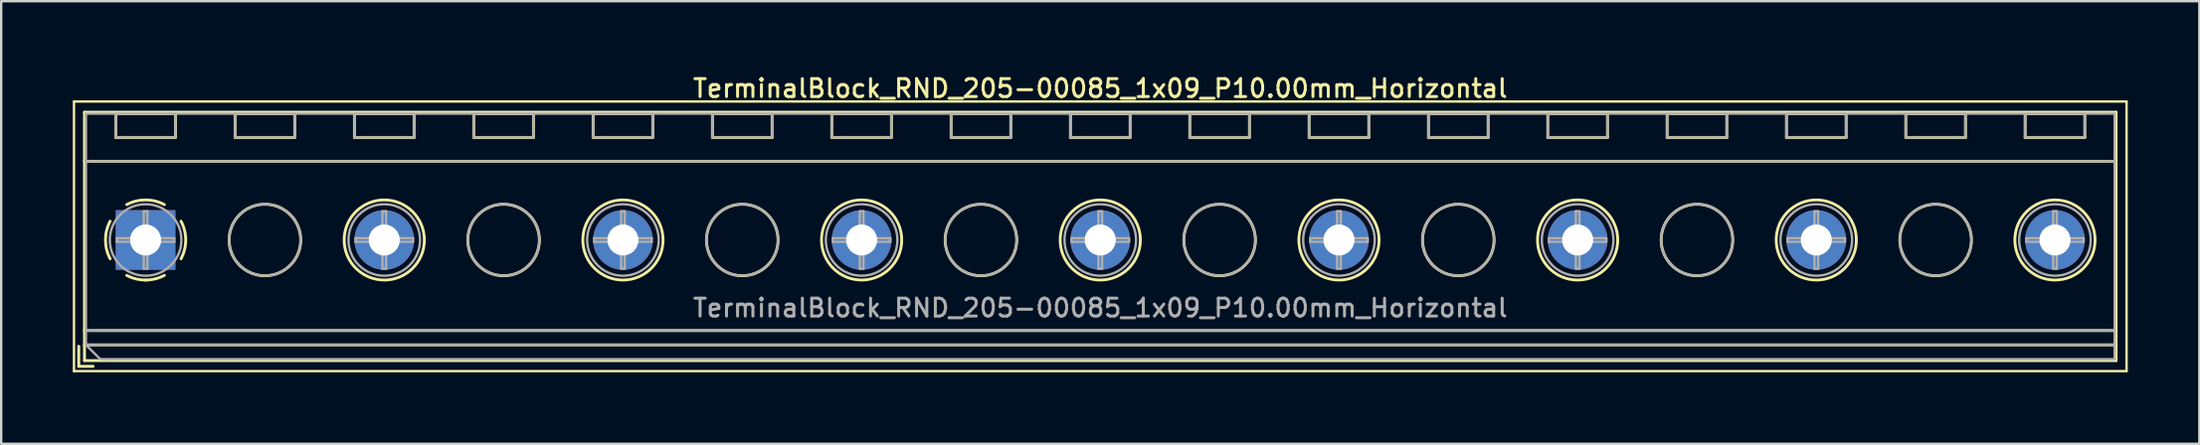
<source format=kicad_pcb>
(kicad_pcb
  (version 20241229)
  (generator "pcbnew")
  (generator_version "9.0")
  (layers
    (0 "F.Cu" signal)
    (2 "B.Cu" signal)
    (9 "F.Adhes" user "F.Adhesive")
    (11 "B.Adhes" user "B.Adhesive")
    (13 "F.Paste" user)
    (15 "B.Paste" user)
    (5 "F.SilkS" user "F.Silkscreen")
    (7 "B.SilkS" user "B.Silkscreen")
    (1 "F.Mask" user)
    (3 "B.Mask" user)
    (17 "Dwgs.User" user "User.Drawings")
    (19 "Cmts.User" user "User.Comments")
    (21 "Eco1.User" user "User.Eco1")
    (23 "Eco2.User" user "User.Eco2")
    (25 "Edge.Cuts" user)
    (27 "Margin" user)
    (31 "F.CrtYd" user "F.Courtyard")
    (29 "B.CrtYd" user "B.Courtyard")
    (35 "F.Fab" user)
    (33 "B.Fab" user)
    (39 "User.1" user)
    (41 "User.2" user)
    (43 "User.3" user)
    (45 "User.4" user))
  (footprint "TerminalBlock_RND_205-00085_1x09_P10.00mm_Horizontal"
    (layer "F.Cu")
    (at 3.05 7.018)
    (property "Reference" "TerminalBlock_RND_205-00085_1x09_P10.00mm_Horizontal" (at 40 -6.36 0) (layer "F.SilkS") (effects (font (size 0.75 0.75) (thickness 0.125))))
    (attr through_hole)
    (fp_line (start -3 -5.81) (end -3 5.5) (stroke (width 0.1) (type solid)) (layer "F.SilkS"))
    (fp_line (start -3 5.5) (end 83 5.5) (stroke (width 0.1) (type solid)) (layer "F.SilkS"))
    (fp_line (start -2.8 4.46) (end -2.8 5.3) (stroke (width 0.12) (type solid)) (layer "F.SilkS"))
    (fp_line (start -2.8 5.3) (end -2.2 5.3) (stroke (width 0.12) (type solid)) (layer "F.SilkS"))
    (fp_line (start -2.56 -5.36) (end -2.56 5.06) (stroke (width 0.12) (type solid)) (layer "F.SilkS"))
    (fp_line (start -2.56 -5.36) (end 82.56 -5.36) (stroke (width 0.12) (type solid)) (layer "F.SilkS"))
    (fp_line (start -2.56 -3.301) (end 82.56 -3.301) (stroke (width 0.12) (type solid)) (layer "F.SilkS"))
    (fp_line (start -2.56 3.8) (end 82.56 3.8) (stroke (width 0.12) (type solid)) (layer "F.SilkS"))
    (fp_line (start -2.56 4.4) (end 82.56 4.4) (stroke (width 0.12) (type solid)) (layer "F.SilkS"))
    (fp_line (start -2.56 5.06) (end 82.56 5.06) (stroke (width 0.12) (type solid)) (layer "F.SilkS"))
    (fp_line (start -1.25 -5.301) (end -1.25 -4.301) (stroke (width 0.12) (type solid)) (layer "F.SilkS"))
    (fp_line (start -1.25 -5.301) (end 1.25 -5.301) (stroke (width 0.12) (type solid)) (layer "F.SilkS"))
    (fp_line (start -1.25 -4.301) (end 1.25 -4.301) (stroke (width 0.12) (type solid)) (layer "F.SilkS"))
    (fp_line (start 1.25 -5.301) (end 1.25 -4.301) (stroke (width 0.12) (type solid)) (layer "F.SilkS"))
    (fp_line (start 3.75 -5.301) (end 3.75 -4.301) (stroke (width 0.12) (type solid)) (layer "F.SilkS"))
    (fp_line (start 3.75 -5.301) (end 6.25 -5.301) (stroke (width 0.12) (type solid)) (layer "F.SilkS"))
    (fp_line (start 3.75 -4.301) (end 6.25 -4.301) (stroke (width 0.12) (type solid)) (layer "F.SilkS"))
    (fp_line (start 6.25 -5.301) (end 6.25 -4.301) (stroke (width 0.12) (type solid)) (layer "F.SilkS"))
    (fp_line (start 8.75 -5.301) (end 8.75 -4.301) (stroke (width 0.12) (type solid)) (layer "F.SilkS"))
    (fp_line (start 8.75 -5.301) (end 11.25 -5.301) (stroke (width 0.12) (type solid)) (layer "F.SilkS"))
    (fp_line (start 8.75 -4.301) (end 11.25 -4.301) (stroke (width 0.12) (type solid)) (layer "F.SilkS"))
    (fp_line (start 11.25 -5.301) (end 11.25 -4.301) (stroke (width 0.12) (type solid)) (layer "F.SilkS"))
    (fp_line (start 13.75 -5.301) (end 13.75 -4.301) (stroke (width 0.12) (type solid)) (layer "F.SilkS"))
    (fp_line (start 13.75 -5.301) (end 16.25 -5.301) (stroke (width 0.12) (type solid)) (layer "F.SilkS"))
    (fp_line (start 13.75 -4.301) (end 16.25 -4.301) (stroke (width 0.12) (type solid)) (layer "F.SilkS"))
    (fp_line (start 16.25 -5.301) (end 16.25 -4.301) (stroke (width 0.12) (type solid)) (layer "F.SilkS"))
    (fp_line (start 18.75 -5.301) (end 18.75 -4.301) (stroke (width 0.12) (type solid)) (layer "F.SilkS"))
    (fp_line (start 18.75 -5.301) (end 21.25 -5.301) (stroke (width 0.12) (type solid)) (layer "F.SilkS"))
    (fp_line (start 18.75 -4.301) (end 21.25 -4.301) (stroke (width 0.12) (type solid)) (layer "F.SilkS"))
    (fp_line (start 21.25 -5.301) (end 21.25 -4.301) (stroke (width 0.12) (type solid)) (layer "F.SilkS"))
    (fp_line (start 23.75 -5.301) (end 23.75 -4.301) (stroke (width 0.12) (type solid)) (layer "F.SilkS"))
    (fp_line (start 23.75 -5.301) (end 26.25 -5.301) (stroke (width 0.12) (type solid)) (layer "F.SilkS"))
    (fp_line (start 23.75 -4.301) (end 26.25 -4.301) (stroke (width 0.12) (type solid)) (layer "F.SilkS"))
    (fp_line (start 26.25 -5.301) (end 26.25 -4.301) (stroke (width 0.12) (type solid)) (layer "F.SilkS"))
    (fp_line (start 28.75 -5.301) (end 28.75 -4.301) (stroke (width 0.12) (type solid)) (layer "F.SilkS"))
    (fp_line (start 28.75 -5.301) (end 31.25 -5.301) (stroke (width 0.12) (type solid)) (layer "F.SilkS"))
    (fp_line (start 28.75 -4.301) (end 31.25 -4.301) (stroke (width 0.12) (type solid)) (layer "F.SilkS"))
    (fp_line (start 31.25 -5.301) (end 31.25 -4.301) (stroke (width 0.12) (type solid)) (layer "F.SilkS"))
    (fp_line (start 33.75 -5.301) (end 33.75 -4.301) (stroke (width 0.12) (type solid)) (layer "F.SilkS"))
    (fp_line (start 33.75 -5.301) (end 36.25 -5.301) (stroke (width 0.12) (type solid)) (layer "F.SilkS"))
    (fp_line (start 33.75 -4.301) (end 36.25 -4.301) (stroke (width 0.12) (type solid)) (layer "F.SilkS"))
    (fp_line (start 36.25 -5.301) (end 36.25 -4.301) (stroke (width 0.12) (type solid)) (layer "F.SilkS"))
    (fp_line (start 38.75 -5.301) (end 38.75 -4.301) (stroke (width 0.12) (type solid)) (layer "F.SilkS"))
    (fp_line (start 38.75 -5.301) (end 41.25 -5.301) (stroke (width 0.12) (type solid)) (layer "F.SilkS"))
    (fp_line (start 38.75 -4.301) (end 41.25 -4.301) (stroke (width 0.12) (type solid)) (layer "F.SilkS"))
    (fp_line (start 41.25 -5.301) (end 41.25 -4.301) (stroke (width 0.12) (type solid)) (layer "F.SilkS"))
    (fp_line (start 43.75 -5.301) (end 43.75 -4.301) (stroke (width 0.12) (type solid)) (layer "F.SilkS"))
    (fp_line (start 43.75 -5.301) (end 46.25 -5.301) (stroke (width 0.12) (type solid)) (layer "F.SilkS"))
    (fp_line (start 43.75 -4.301) (end 46.25 -4.301) (stroke (width 0.12) (type solid)) (layer "F.SilkS"))
    (fp_line (start 46.25 -5.301) (end 46.25 -4.301) (stroke (width 0.12) (type solid)) (layer "F.SilkS"))
    (fp_line (start 48.75 -5.301) (end 48.75 -4.301) (stroke (width 0.12) (type solid)) (layer "F.SilkS"))
    (fp_line (start 48.75 -5.301) (end 51.25 -5.301) (stroke (width 0.12) (type solid)) (layer "F.SilkS"))
    (fp_line (start 48.75 -4.301) (end 51.25 -4.301) (stroke (width 0.12) (type solid)) (layer "F.SilkS"))
    (fp_line (start 51.25 -5.301) (end 51.25 -4.301) (stroke (width 0.12) (type solid)) (layer "F.SilkS"))
    (fp_line (start 53.75 -5.301) (end 53.75 -4.301) (stroke (width 0.12) (type solid)) (layer "F.SilkS"))
    (fp_line (start 53.75 -5.301) (end 56.25 -5.301) (stroke (width 0.12) (type solid)) (layer "F.SilkS"))
    (fp_line (start 53.75 -4.301) (end 56.25 -4.301) (stroke (width 0.12) (type solid)) (layer "F.SilkS"))
    (fp_line (start 56.25 -5.301) (end 56.25 -4.301) (stroke (width 0.12) (type solid)) (layer "F.SilkS"))
    (fp_line (start 58.75 -5.301) (end 58.75 -4.301) (stroke (width 0.12) (type solid)) (layer "F.SilkS"))
    (fp_line (start 58.75 -5.301) (end 61.25 -5.301) (stroke (width 0.12) (type solid)) (layer "F.SilkS"))
    (fp_line (start 58.75 -4.301) (end 61.25 -4.301) (stroke (width 0.12) (type solid)) (layer "F.SilkS"))
    (fp_line (start 61.25 -5.301) (end 61.25 -4.301) (stroke (width 0.12) (type solid)) (layer "F.SilkS"))
    (fp_line (start 63.75 -5.301) (end 63.75 -4.301) (stroke (width 0.12) (type solid)) (layer "F.SilkS"))
    (fp_line (start 63.75 -5.301) (end 66.25 -5.301) (stroke (width 0.12) (type solid)) (layer "F.SilkS"))
    (fp_line (start 63.75 -4.301) (end 66.25 -4.301) (stroke (width 0.12) (type solid)) (layer "F.SilkS"))
    (fp_line (start 66.25 -5.301) (end 66.25 -4.301) (stroke (width 0.12) (type solid)) (layer "F.SilkS"))
    (fp_line (start 68.75 -5.301) (end 68.75 -4.301) (stroke (width 0.12) (type solid)) (layer "F.SilkS"))
    (fp_line (start 68.75 -5.301) (end 71.25 -5.301) (stroke (width 0.12) (type solid)) (layer "F.SilkS"))
    (fp_line (start 68.75 -4.301) (end 71.25 -4.301) (stroke (width 0.12) (type solid)) (layer "F.SilkS"))
    (fp_line (start 71.25 -5.301) (end 71.25 -4.301) (stroke (width 0.12) (type solid)) (layer "F.SilkS"))
    (fp_line (start 73.75 -5.301) (end 73.75 -4.301) (stroke (width 0.12) (type solid)) (layer "F.SilkS"))
    (fp_line (start 73.75 -5.301) (end 76.25 -5.301) (stroke (width 0.12) (type solid)) (layer "F.SilkS"))
    (fp_line (start 73.75 -4.301) (end 76.25 -4.301) (stroke (width 0.12) (type solid)) (layer "F.SilkS"))
    (fp_line (start 76.25 -5.301) (end 76.25 -4.301) (stroke (width 0.12) (type solid)) (layer "F.SilkS"))
    (fp_line (start 78.75 -5.301) (end 78.75 -4.301) (stroke (width 0.12) (type solid)) (layer "F.SilkS"))
    (fp_line (start 78.75 -5.301) (end 81.25 -5.301) (stroke (width 0.12) (type solid)) (layer "F.SilkS"))
    (fp_line (start 78.75 -4.301) (end 81.25 -4.301) (stroke (width 0.12) (type solid)) (layer "F.SilkS"))
    (fp_line (start 81.25 -5.301) (end 81.25 -4.301) (stroke (width 0.12) (type solid)) (layer "F.SilkS"))
    (fp_line (start 82.56 -5.36) (end 82.56 5.06) (stroke (width 0.12) (type solid)) (layer "F.SilkS"))
    (fp_line (start 83 -5.81) (end -3 -5.81) (stroke (width 0.1) (type solid)) (layer "F.SilkS"))
    (fp_line (start 83 5.5) (end 83 -5.81) (stroke (width 0.1) (type solid)) (layer "F.SilkS"))
    (fp_arc (start -1.483953 0.789089) (mid -1.680708 0.00005) (end -1.484 -0.789) (stroke (width 0.12) (type solid)) (layer "F.SilkS"))
    (fp_arc (start -0.789089 -1.483953) (mid -0.00005 -1.680708) (end 0.789 -1.484) (stroke (width 0.12) (type solid)) (layer "F.SilkS"))
    (fp_arc (start 0.029383 1.68045) (mid -0.392304 1.634281) (end -0.789 1.484) (stroke (width 0.12) (type solid)) (layer "F.SilkS"))
    (fp_arc (start 0.788712 1.483352) (mid 0.406429 1.630097) (end 0 1.68) (stroke (width 0.12) (type solid)) (layer "F.SilkS"))
    (fp_arc (start 1.483953 -0.789089) (mid 1.680708 -0.00005) (end 1.484 0.789) (stroke (width 0.12) (type solid)) (layer "F.SilkS"))
    (fp_circle (center 5 0) (end 6.5 0) (stroke (width 0.12) (type solid)) (fill no) (layer "F.SilkS"))
    (fp_circle (center 10 0) (end 11.68 0) (stroke (width 0.12) (type solid)) (fill no) (layer "F.SilkS"))
    (fp_circle (center 15 0) (end 16.5 0) (stroke (width 0.12) (type solid)) (fill no) (layer "F.SilkS"))
    (fp_circle (center 20 0) (end 21.68 0) (stroke (width 0.12) (type solid)) (fill no) (layer "F.SilkS"))
    (fp_circle (center 25 0) (end 26.5 0) (stroke (width 0.12) (type solid)) (fill no) (layer "F.SilkS"))
    (fp_circle (center 30 0) (end 31.68 0) (stroke (width 0.12) (type solid)) (fill no) (layer "F.SilkS"))
    (fp_circle (center 35 0) (end 36.5 0) (stroke (width 0.12) (type solid)) (fill no) (layer "F.SilkS"))
    (fp_circle (center 40 0) (end 41.68 0) (stroke (width 0.12) (type solid)) (fill no) (layer "F.SilkS"))
    (fp_circle (center 45 0) (end 46.5 0) (stroke (width 0.12) (type solid)) (fill no) (layer "F.SilkS"))
    (fp_circle (center 50 0) (end 51.68 0) (stroke (width 0.12) (type solid)) (fill no) (layer "F.SilkS"))
    (fp_circle (center 55 0) (end 56.5 0) (stroke (width 0.12) (type solid)) (fill no) (layer "F.SilkS"))
    (fp_circle (center 60 0) (end 61.68 0) (stroke (width 0.12) (type solid)) (fill no) (layer "F.SilkS"))
    (fp_circle (center 65 0) (end 66.5 0) (stroke (width 0.12) (type solid)) (fill no) (layer "F.SilkS"))
    (fp_circle (center 70 0) (end 71.68 0) (stroke (width 0.12) (type solid)) (fill no) (layer "F.SilkS"))
    (fp_circle (center 75 0) (end 76.5 0) (stroke (width 0.12) (type solid)) (fill no) (layer "F.SilkS"))
    (fp_circle (center 80 0) (end 81.68 0) (stroke (width 0.12) (type solid)) (fill no) (layer "F.SilkS"))
    (fp_line (start -2.5 -5.3) (end 82.5 -5.3) (stroke (width 0.1) (type solid)) (layer "F.Fab"))
    (fp_line (start -2.5 -3.3) (end 82.5 -3.3) (stroke (width 0.1) (type solid)) (layer "F.Fab"))
    (fp_line (start -2.5 3.8) (end 82.5 3.8) (stroke (width 0.1) (type solid)) (layer "F.Fab"))
    (fp_line (start -2.5 4.4) (end -2.5 -5.3) (stroke (width 0.1) (type solid)) (layer "F.Fab"))
    (fp_line (start -2.5 4.4) (end 82.5 4.4) (stroke (width 0.1) (type solid)) (layer "F.Fab"))
    (fp_line (start -1.9 5) (end -2.5 4.4) (stroke (width 0.1) (type solid)) (layer "F.Fab"))
    (fp_line (start -1.25 -5.3) (end -1.25 -4.3) (stroke (width 0.1) (type solid)) (layer "F.Fab"))
    (fp_line (start -1.25 -4.3) (end 1.25 -4.3) (stroke (width 0.1) (type solid)) (layer "F.Fab"))
    (fp_line (start -1.201 -0.076) (end -0.076 -0.076) (stroke (width 0.1) (type solid)) (layer "F.Fab"))
    (fp_line (start -1.201 0.076) (end -1.201 -0.076) (stroke (width 0.1) (type solid)) (layer "F.Fab"))
    (fp_line (start -0.076 -1.201) (end 0.076 -1.201) (stroke (width 0.1) (type solid)) (layer "F.Fab"))
    (fp_line (start -0.076 -0.076) (end -0.076 -1.201) (stroke (width 0.1) (type solid)) (layer "F.Fab"))
    (fp_line (start -0.076 0.076) (end -1.201 0.076) (stroke (width 0.1) (type solid)) (layer "F.Fab"))
    (fp_line (start -0.076 1.201) (end -0.076 0.076) (stroke (width 0.1) (type solid)) (layer "F.Fab"))
    (fp_line (start 0.076 -1.201) (end 0.076 -0.076) (stroke (width 0.1) (type solid)) (layer "F.Fab"))
    (fp_line (start 0.076 -0.076) (end 1.201 -0.076) (stroke (width 0.1) (type solid)) (layer "F.Fab"))
    (fp_line (start 0.076 0.076) (end 0.076 1.201) (stroke (width 0.1) (type solid)) (layer "F.Fab"))
    (fp_line (start 0.076 1.201) (end -0.076 1.201) (stroke (width 0.1) (type solid)) (layer "F.Fab"))
    (fp_line (start 1.201 -0.076) (end 1.201 0.076) (stroke (width 0.1) (type solid)) (layer "F.Fab"))
    (fp_line (start 1.201 0.076) (end 0.076 0.076) (stroke (width 0.1) (type solid)) (layer "F.Fab"))
    (fp_line (start 1.25 -5.3) (end -1.25 -5.3) (stroke (width 0.1) (type solid)) (layer "F.Fab"))
    (fp_line (start 1.25 -4.3) (end 1.25 -5.3) (stroke (width 0.1) (type solid)) (layer "F.Fab"))
    (fp_line (start 3.75 -5.3) (end 3.75 -4.3) (stroke (width 0.1) (type solid)) (layer "F.Fab"))
    (fp_line (start 3.75 -4.3) (end 6.25 -4.3) (stroke (width 0.1) (type solid)) (layer "F.Fab"))
    (fp_line (start 6.25 -5.3) (end 3.75 -5.3) (stroke (width 0.1) (type solid)) (layer "F.Fab"))
    (fp_line (start 6.25 -4.3) (end 6.25 -5.3) (stroke (width 0.1) (type solid)) (layer "F.Fab"))
    (fp_line (start 8.75 -5.3) (end 8.75 -4.3) (stroke (width 0.1) (type solid)) (layer "F.Fab"))
    (fp_line (start 8.75 -4.3) (end 11.25 -4.3) (stroke (width 0.1) (type solid)) (layer "F.Fab"))
    (fp_line (start 8.799 -0.076) (end 9.924 -0.076) (stroke (width 0.1) (type solid)) (layer "F.Fab"))
    (fp_line (start 8.799 0.076) (end 8.799 -0.076) (stroke (width 0.1) (type solid)) (layer "F.Fab"))
    (fp_line (start 9.924 -1.201) (end 10.076 -1.201) (stroke (width 0.1) (type solid)) (layer "F.Fab"))
    (fp_line (start 9.924 -0.076) (end 9.924 -1.201) (stroke (width 0.1) (type solid)) (layer "F.Fab"))
    (fp_line (start 9.924 0.076) (end 8.799 0.076) (stroke (width 0.1) (type solid)) (layer "F.Fab"))
    (fp_line (start 9.924 1.201) (end 9.924 0.076) (stroke (width 0.1) (type solid)) (layer "F.Fab"))
    (fp_line (start 10.076 -1.201) (end 10.076 -0.076) (stroke (width 0.1) (type solid)) (layer "F.Fab"))
    (fp_line (start 10.076 -0.076) (end 11.201 -0.076) (stroke (width 0.1) (type solid)) (layer "F.Fab"))
    (fp_line (start 10.076 0.076) (end 10.076 1.201) (stroke (width 0.1) (type solid)) (layer "F.Fab"))
    (fp_line (start 10.076 1.201) (end 9.924 1.201) (stroke (width 0.1) (type solid)) (layer "F.Fab"))
    (fp_line (start 11.201 -0.076) (end 11.201 0.076) (stroke (width 0.1) (type solid)) (layer "F.Fab"))
    (fp_line (start 11.201 0.076) (end 10.076 0.076) (stroke (width 0.1) (type solid)) (layer "F.Fab"))
    (fp_line (start 11.25 -5.3) (end 8.75 -5.3) (stroke (width 0.1) (type solid)) (layer "F.Fab"))
    (fp_line (start 11.25 -4.3) (end 11.25 -5.3) (stroke (width 0.1) (type solid)) (layer "F.Fab"))
    (fp_line (start 13.75 -5.3) (end 13.75 -4.3) (stroke (width 0.1) (type solid)) (layer "F.Fab"))
    (fp_line (start 13.75 -4.3) (end 16.25 -4.3) (stroke (width 0.1) (type solid)) (layer "F.Fab"))
    (fp_line (start 16.25 -5.3) (end 13.75 -5.3) (stroke (width 0.1) (type solid)) (layer "F.Fab"))
    (fp_line (start 16.25 -4.3) (end 16.25 -5.3) (stroke (width 0.1) (type solid)) (layer "F.Fab"))
    (fp_line (start 18.75 -5.3) (end 18.75 -4.3) (stroke (width 0.1) (type solid)) (layer "F.Fab"))
    (fp_line (start 18.75 -4.3) (end 21.25 -4.3) (stroke (width 0.1) (type solid)) (layer "F.Fab"))
    (fp_line (start 18.799 -0.076) (end 19.924 -0.076) (stroke (width 0.1) (type solid)) (layer "F.Fab"))
    (fp_line (start 18.799 0.076) (end 18.799 -0.076) (stroke (width 0.1) (type solid)) (layer "F.Fab"))
    (fp_line (start 19.924 -1.201) (end 20.076 -1.201) (stroke (width 0.1) (type solid)) (layer "F.Fab"))
    (fp_line (start 19.924 -0.076) (end 19.924 -1.201) (stroke (width 0.1) (type solid)) (layer "F.Fab"))
    (fp_line (start 19.924 0.076) (end 18.799 0.076) (stroke (width 0.1) (type solid)) (layer "F.Fab"))
    (fp_line (start 19.924 1.201) (end 19.924 0.076) (stroke (width 0.1) (type solid)) (layer "F.Fab"))
    (fp_line (start 20.076 -1.201) (end 20.076 -0.076) (stroke (width 0.1) (type solid)) (layer "F.Fab"))
    (fp_line (start 20.076 -0.076) (end 21.201 -0.076) (stroke (width 0.1) (type solid)) (layer "F.Fab"))
    (fp_line (start 20.076 0.076) (end 20.076 1.201) (stroke (width 0.1) (type solid)) (layer "F.Fab"))
    (fp_line (start 20.076 1.201) (end 19.924 1.201) (stroke (width 0.1) (type solid)) (layer "F.Fab"))
    (fp_line (start 21.201 -0.076) (end 21.201 0.076) (stroke (width 0.1) (type solid)) (layer "F.Fab"))
    (fp_line (start 21.201 0.076) (end 20.076 0.076) (stroke (width 0.1) (type solid)) (layer "F.Fab"))
    (fp_line (start 21.25 -5.3) (end 18.75 -5.3) (stroke (width 0.1) (type solid)) (layer "F.Fab"))
    (fp_line (start 21.25 -4.3) (end 21.25 -5.3) (stroke (width 0.1) (type solid)) (layer "F.Fab"))
    (fp_line (start 23.75 -5.3) (end 23.75 -4.3) (stroke (width 0.1) (type solid)) (layer "F.Fab"))
    (fp_line (start 23.75 -4.3) (end 26.25 -4.3) (stroke (width 0.1) (type solid)) (layer "F.Fab"))
    (fp_line (start 26.25 -5.3) (end 23.75 -5.3) (stroke (width 0.1) (type solid)) (layer "F.Fab"))
    (fp_line (start 26.25 -4.3) (end 26.25 -5.3) (stroke (width 0.1) (type solid)) (layer "F.Fab"))
    (fp_line (start 28.75 -5.3) (end 28.75 -4.3) (stroke (width 0.1) (type solid)) (layer "F.Fab"))
    (fp_line (start 28.75 -4.3) (end 31.25 -4.3) (stroke (width 0.1) (type solid)) (layer "F.Fab"))
    (fp_line (start 28.799 -0.076) (end 29.924 -0.076) (stroke (width 0.1) (type solid)) (layer "F.Fab"))
    (fp_line (start 28.799 0.076) (end 28.799 -0.076) (stroke (width 0.1) (type solid)) (layer "F.Fab"))
    (fp_line (start 29.924 -1.201) (end 30.076 -1.201) (stroke (width 0.1) (type solid)) (layer "F.Fab"))
    (fp_line (start 29.924 -0.076) (end 29.924 -1.201) (stroke (width 0.1) (type solid)) (layer "F.Fab"))
    (fp_line (start 29.924 0.076) (end 28.799 0.076) (stroke (width 0.1) (type solid)) (layer "F.Fab"))
    (fp_line (start 29.924 1.201) (end 29.924 0.076) (stroke (width 0.1) (type solid)) (layer "F.Fab"))
    (fp_line (start 30.076 -1.201) (end 30.076 -0.076) (stroke (width 0.1) (type solid)) (layer "F.Fab"))
    (fp_line (start 30.076 -0.076) (end 31.201 -0.076) (stroke (width 0.1) (type solid)) (layer "F.Fab"))
    (fp_line (start 30.076 0.076) (end 30.076 1.201) (stroke (width 0.1) (type solid)) (layer "F.Fab"))
    (fp_line (start 30.076 1.201) (end 29.924 1.201) (stroke (width 0.1) (type solid)) (layer "F.Fab"))
    (fp_line (start 31.201 -0.076) (end 31.201 0.076) (stroke (width 0.1) (type solid)) (layer "F.Fab"))
    (fp_line (start 31.201 0.076) (end 30.076 0.076) (stroke (width 0.1) (type solid)) (layer "F.Fab"))
    (fp_line (start 31.25 -5.3) (end 28.75 -5.3) (stroke (width 0.1) (type solid)) (layer "F.Fab"))
    (fp_line (start 31.25 -4.3) (end 31.25 -5.3) (stroke (width 0.1) (type solid)) (layer "F.Fab"))
    (fp_line (start 33.75 -5.3) (end 33.75 -4.3) (stroke (width 0.1) (type solid)) (layer "F.Fab"))
    (fp_line (start 33.75 -4.3) (end 36.25 -4.3) (stroke (width 0.1) (type solid)) (layer "F.Fab"))
    (fp_line (start 36.25 -5.3) (end 33.75 -5.3) (stroke (width 0.1) (type solid)) (layer "F.Fab"))
    (fp_line (start 36.25 -4.3) (end 36.25 -5.3) (stroke (width 0.1) (type solid)) (layer "F.Fab"))
    (fp_line (start 38.75 -5.3) (end 38.75 -4.3) (stroke (width 0.1) (type solid)) (layer "F.Fab"))
    (fp_line (start 38.75 -4.3) (end 41.25 -4.3) (stroke (width 0.1) (type solid)) (layer "F.Fab"))
    (fp_line (start 38.799 -0.076) (end 39.924 -0.076) (stroke (width 0.1) (type solid)) (layer "F.Fab"))
    (fp_line (start 38.799 0.076) (end 38.799 -0.076) (stroke (width 0.1) (type solid)) (layer "F.Fab"))
    (fp_line (start 39.924 -1.201) (end 40.076 -1.201) (stroke (width 0.1) (type solid)) (layer "F.Fab"))
    (fp_line (start 39.924 -0.076) (end 39.924 -1.201) (stroke (width 0.1) (type solid)) (layer "F.Fab"))
    (fp_line (start 39.924 0.076) (end 38.799 0.076) (stroke (width 0.1) (type solid)) (layer "F.Fab"))
    (fp_line (start 39.924 1.201) (end 39.924 0.076) (stroke (width 0.1) (type solid)) (layer "F.Fab"))
    (fp_line (start 40.076 -1.201) (end 40.076 -0.076) (stroke (width 0.1) (type solid)) (layer "F.Fab"))
    (fp_line (start 40.076 -0.076) (end 41.201 -0.076) (stroke (width 0.1) (type solid)) (layer "F.Fab"))
    (fp_line (start 40.076 0.076) (end 40.076 1.201) (stroke (width 0.1) (type solid)) (layer "F.Fab"))
    (fp_line (start 40.076 1.201) (end 39.924 1.201) (stroke (width 0.1) (type solid)) (layer "F.Fab"))
    (fp_line (start 41.201 -0.076) (end 41.201 0.076) (stroke (width 0.1) (type solid)) (layer "F.Fab"))
    (fp_line (start 41.201 0.076) (end 40.076 0.076) (stroke (width 0.1) (type solid)) (layer "F.Fab"))
    (fp_line (start 41.25 -5.3) (end 38.75 -5.3) (stroke (width 0.1) (type solid)) (layer "F.Fab"))
    (fp_line (start 41.25 -4.3) (end 41.25 -5.3) (stroke (width 0.1) (type solid)) (layer "F.Fab"))
    (fp_line (start 43.75 -5.3) (end 43.75 -4.3) (stroke (width 0.1) (type solid)) (layer "F.Fab"))
    (fp_line (start 43.75 -4.3) (end 46.25 -4.3) (stroke (width 0.1) (type solid)) (layer "F.Fab"))
    (fp_line (start 46.25 -5.3) (end 43.75 -5.3) (stroke (width 0.1) (type solid)) (layer "F.Fab"))
    (fp_line (start 46.25 -4.3) (end 46.25 -5.3) (stroke (width 0.1) (type solid)) (layer "F.Fab"))
    (fp_line (start 48.75 -5.3) (end 48.75 -4.3) (stroke (width 0.1) (type solid)) (layer "F.Fab"))
    (fp_line (start 48.75 -4.3) (end 51.25 -4.3) (stroke (width 0.1) (type solid)) (layer "F.Fab"))
    (fp_line (start 48.799 -0.076) (end 49.924 -0.076) (stroke (width 0.1) (type solid)) (layer "F.Fab"))
    (fp_line (start 48.799 0.076) (end 48.799 -0.076) (stroke (width 0.1) (type solid)) (layer "F.Fab"))
    (fp_line (start 49.924 -1.201) (end 50.076 -1.201) (stroke (width 0.1) (type solid)) (layer "F.Fab"))
    (fp_line (start 49.924 -0.076) (end 49.924 -1.201) (stroke (width 0.1) (type solid)) (layer "F.Fab"))
    (fp_line (start 49.924 0.076) (end 48.799 0.076) (stroke (width 0.1) (type solid)) (layer "F.Fab"))
    (fp_line (start 49.924 1.201) (end 49.924 0.076) (stroke (width 0.1) (type solid)) (layer "F.Fab"))
    (fp_line (start 50.076 -1.201) (end 50.076 -0.076) (stroke (width 0.1) (type solid)) (layer "F.Fab"))
    (fp_line (start 50.076 -0.076) (end 51.201 -0.076) (stroke (width 0.1) (type solid)) (layer "F.Fab"))
    (fp_line (start 50.076 0.076) (end 50.076 1.201) (stroke (width 0.1) (type solid)) (layer "F.Fab"))
    (fp_line (start 50.076 1.201) (end 49.924 1.201) (stroke (width 0.1) (type solid)) (layer "F.Fab"))
    (fp_line (start 51.201 -0.076) (end 51.201 0.076) (stroke (width 0.1) (type solid)) (layer "F.Fab"))
    (fp_line (start 51.201 0.076) (end 50.076 0.076) (stroke (width 0.1) (type solid)) (layer "F.Fab"))
    (fp_line (start 51.25 -5.3) (end 48.75 -5.3) (stroke (width 0.1) (type solid)) (layer "F.Fab"))
    (fp_line (start 51.25 -4.3) (end 51.25 -5.3) (stroke (width 0.1) (type solid)) (layer "F.Fab"))
    (fp_line (start 53.75 -5.3) (end 53.75 -4.3) (stroke (width 0.1) (type solid)) (layer "F.Fab"))
    (fp_line (start 53.75 -4.3) (end 56.25 -4.3) (stroke (width 0.1) (type solid)) (layer "F.Fab"))
    (fp_line (start 56.25 -5.3) (end 53.75 -5.3) (stroke (width 0.1) (type solid)) (layer "F.Fab"))
    (fp_line (start 56.25 -4.3) (end 56.25 -5.3) (stroke (width 0.1) (type solid)) (layer "F.Fab"))
    (fp_line (start 58.75 -5.3) (end 58.75 -4.3) (stroke (width 0.1) (type solid)) (layer "F.Fab"))
    (fp_line (start 58.75 -4.3) (end 61.25 -4.3) (stroke (width 0.1) (type solid)) (layer "F.Fab"))
    (fp_line (start 58.799 -0.076) (end 59.924 -0.076) (stroke (width 0.1) (type solid)) (layer "F.Fab"))
    (fp_line (start 58.799 0.076) (end 58.799 -0.076) (stroke (width 0.1) (type solid)) (layer "F.Fab"))
    (fp_line (start 59.924 -1.201) (end 60.076 -1.201) (stroke (width 0.1) (type solid)) (layer "F.Fab"))
    (fp_line (start 59.924 -0.076) (end 59.924 -1.201) (stroke (width 0.1) (type solid)) (layer "F.Fab"))
    (fp_line (start 59.924 0.076) (end 58.799 0.076) (stroke (width 0.1) (type solid)) (layer "F.Fab"))
    (fp_line (start 59.924 1.201) (end 59.924 0.076) (stroke (width 0.1) (type solid)) (layer "F.Fab"))
    (fp_line (start 60.076 -1.201) (end 60.076 -0.076) (stroke (width 0.1) (type solid)) (layer "F.Fab"))
    (fp_line (start 60.076 -0.076) (end 61.201 -0.076) (stroke (width 0.1) (type solid)) (layer "F.Fab"))
    (fp_line (start 60.076 0.076) (end 60.076 1.201) (stroke (width 0.1) (type solid)) (layer "F.Fab"))
    (fp_line (start 60.076 1.201) (end 59.924 1.201) (stroke (width 0.1) (type solid)) (layer "F.Fab"))
    (fp_line (start 61.201 -0.076) (end 61.201 0.076) (stroke (width 0.1) (type solid)) (layer "F.Fab"))
    (fp_line (start 61.201 0.076) (end 60.076 0.076) (stroke (width 0.1) (type solid)) (layer "F.Fab"))
    (fp_line (start 61.25 -5.3) (end 58.75 -5.3) (stroke (width 0.1) (type solid)) (layer "F.Fab"))
    (fp_line (start 61.25 -4.3) (end 61.25 -5.3) (stroke (width 0.1) (type solid)) (layer "F.Fab"))
    (fp_line (start 63.75 -5.3) (end 63.75 -4.3) (stroke (width 0.1) (type solid)) (layer "F.Fab"))
    (fp_line (start 63.75 -4.3) (end 66.25 -4.3) (stroke (width 0.1) (type solid)) (layer "F.Fab"))
    (fp_line (start 66.25 -5.3) (end 63.75 -5.3) (stroke (width 0.1) (type solid)) (layer "F.Fab"))
    (fp_line (start 66.25 -4.3) (end 66.25 -5.3) (stroke (width 0.1) (type solid)) (layer "F.Fab"))
    (fp_line (start 68.75 -5.3) (end 68.75 -4.3) (stroke (width 0.1) (type solid)) (layer "F.Fab"))
    (fp_line (start 68.75 -4.3) (end 71.25 -4.3) (stroke (width 0.1) (type solid)) (layer "F.Fab"))
    (fp_line (start 68.799 -0.076) (end 69.924 -0.076) (stroke (width 0.1) (type solid)) (layer "F.Fab"))
    (fp_line (start 68.799 0.076) (end 68.799 -0.076) (stroke (width 0.1) (type solid)) (layer "F.Fab"))
    (fp_line (start 69.924 -1.201) (end 70.076 -1.201) (stroke (width 0.1) (type solid)) (layer "F.Fab"))
    (fp_line (start 69.924 -0.076) (end 69.924 -1.201) (stroke (width 0.1) (type solid)) (layer "F.Fab"))
    (fp_line (start 69.924 0.076) (end 68.799 0.076) (stroke (width 0.1) (type solid)) (layer "F.Fab"))
    (fp_line (start 69.924 1.201) (end 69.924 0.076) (stroke (width 0.1) (type solid)) (layer "F.Fab"))
    (fp_line (start 70.076 -1.201) (end 70.076 -0.076) (stroke (width 0.1) (type solid)) (layer "F.Fab"))
    (fp_line (start 70.076 -0.076) (end 71.201 -0.076) (stroke (width 0.1) (type solid)) (layer "F.Fab"))
    (fp_line (start 70.076 0.076) (end 70.076 1.201) (stroke (width 0.1) (type solid)) (layer "F.Fab"))
    (fp_line (start 70.076 1.201) (end 69.924 1.201) (stroke (width 0.1) (type solid)) (layer "F.Fab"))
    (fp_line (start 71.201 -0.076) (end 71.201 0.076) (stroke (width 0.1) (type solid)) (layer "F.Fab"))
    (fp_line (start 71.201 0.076) (end 70.076 0.076) (stroke (width 0.1) (type solid)) (layer "F.Fab"))
    (fp_line (start 71.25 -5.3) (end 68.75 -5.3) (stroke (width 0.1) (type solid)) (layer "F.Fab"))
    (fp_line (start 71.25 -4.3) (end 71.25 -5.3) (stroke (width 0.1) (type solid)) (layer "F.Fab"))
    (fp_line (start 73.75 -5.3) (end 73.75 -4.3) (stroke (width 0.1) (type solid)) (layer "F.Fab"))
    (fp_line (start 73.75 -4.3) (end 76.25 -4.3) (stroke (width 0.1) (type solid)) (layer "F.Fab"))
    (fp_line (start 76.25 -5.3) (end 73.75 -5.3) (stroke (width 0.1) (type solid)) (layer "F.Fab"))
    (fp_line (start 76.25 -4.3) (end 76.25 -5.3) (stroke (width 0.1) (type solid)) (layer "F.Fab"))
    (fp_line (start 78.75 -5.3) (end 78.75 -4.3) (stroke (width 0.1) (type solid)) (layer "F.Fab"))
    (fp_line (start 78.75 -4.3) (end 81.25 -4.3) (stroke (width 0.1) (type solid)) (layer "F.Fab"))
    (fp_line (start 78.799 -0.076) (end 79.924 -0.076) (stroke (width 0.1) (type solid)) (layer "F.Fab"))
    (fp_line (start 78.799 0.076) (end 78.799 -0.076) (stroke (width 0.1) (type solid)) (layer "F.Fab"))
    (fp_line (start 79.924 -1.201) (end 80.076 -1.201) (stroke (width 0.1) (type solid)) (layer "F.Fab"))
    (fp_line (start 79.924 -0.076) (end 79.924 -1.201) (stroke (width 0.1) (type solid)) (layer "F.Fab"))
    (fp_line (start 79.924 0.076) (end 78.799 0.076) (stroke (width 0.1) (type solid)) (layer "F.Fab"))
    (fp_line (start 79.924 1.201) (end 79.924 0.076) (stroke (width 0.1) (type solid)) (layer "F.Fab"))
    (fp_line (start 80.076 -1.201) (end 80.076 -0.076) (stroke (width 0.1) (type solid)) (layer "F.Fab"))
    (fp_line (start 80.076 -0.076) (end 81.201 -0.076) (stroke (width 0.1) (type solid)) (layer "F.Fab"))
    (fp_line (start 80.076 0.076) (end 80.076 1.201) (stroke (width 0.1) (type solid)) (layer "F.Fab"))
    (fp_line (start 80.076 1.201) (end 79.924 1.201) (stroke (width 0.1) (type solid)) (layer "F.Fab"))
    (fp_line (start 81.201 -0.076) (end 81.201 0.076) (stroke (width 0.1) (type solid)) (layer "F.Fab"))
    (fp_line (start 81.201 0.076) (end 80.076 0.076) (stroke (width 0.1) (type solid)) (layer "F.Fab"))
    (fp_line (start 81.25 -5.3) (end 78.75 -5.3) (stroke (width 0.1) (type solid)) (layer "F.Fab"))
    (fp_line (start 81.25 -4.3) (end 81.25 -5.3) (stroke (width 0.1) (type solid)) (layer "F.Fab"))
    (fp_line (start 82.5 -5.3) (end 82.5 5) (stroke (width 0.1) (type solid)) (layer "F.Fab"))
    (fp_line (start 82.5 5) (end -1.9 5) (stroke (width 0.1) (type solid)) (layer "F.Fab"))
    (fp_circle (center 0 0) (end 1.5 0) (stroke (width 0.1) (type solid)) (fill no) (layer "F.Fab"))
    (fp_circle (center 5 0) (end 6.5 0) (stroke (width 0.1) (type solid)) (fill no) (layer "F.Fab"))
    (fp_circle (center 10 0) (end 11.5 0) (stroke (width 0.1) (type solid)) (fill no) (layer "F.Fab"))
    (fp_circle (center 15 0) (end 16.5 0) (stroke (width 0.1) (type solid)) (fill no) (layer "F.Fab"))
    (fp_circle (center 20 0) (end 21.5 0) (stroke (width 0.1) (type solid)) (fill no) (layer "F.Fab"))
    (fp_circle (center 25 0) (end 26.5 0) (stroke (width 0.1) (type solid)) (fill no) (layer "F.Fab"))
    (fp_circle (center 30 0) (end 31.5 0) (stroke (width 0.1) (type solid)) (fill no) (layer "F.Fab"))
    (fp_circle (center 35 0) (end 36.5 0) (stroke (width 0.1) (type solid)) (fill no) (layer "F.Fab"))
    (fp_circle (center 40 0) (end 41.5 0) (stroke (width 0.1) (type solid)) (fill no) (layer "F.Fab"))
    (fp_circle (center 45 0) (end 46.5 0) (stroke (width 0.1) (type solid)) (fill no) (layer "F.Fab"))
    (fp_circle (center 50 0) (end 51.5 0) (stroke (width 0.1) (type solid)) (fill no) (layer "F.Fab"))
    (fp_circle (center 55 0) (end 56.5 0) (stroke (width 0.1) (type solid)) (fill no) (layer "F.Fab"))
    (fp_circle (center 60 0) (end 61.5 0) (stroke (width 0.1) (type solid)) (fill no) (layer "F.Fab"))
    (fp_circle (center 65 0) (end 66.5 0) (stroke (width 0.1) (type solid)) (fill no) (layer "F.Fab"))
    (fp_circle (center 70 0) (end 71.5 0) (stroke (width 0.1) (type solid)) (fill no) (layer "F.Fab"))
    (fp_circle (center 75 0) (end 76.5 0) (stroke (width 0.1) (type solid)) (fill no) (layer "F.Fab"))
    (fp_circle (center 80 0) (end 81.5 0) (stroke (width 0.1) (type solid)) (fill no) (layer "F.Fab"))
    (fp_text user "${REFERENCE}" (at 40 2.85 0) (layer "F.Fab") (effects (font (size 0.75 0.75) (thickness 0.125))))
    (pad "1" thru_hole rect (at 0 0) (size 2.5 2.5) (drill 1.3) (layers "*.Cu" "*.Mask"))
    (pad "2" thru_hole circle (at 10 0) (size 2.5 2.5) (drill 1.3) (layers "*.Cu" "*.Mask"))
    (pad "3" thru_hole circle (at 20 0) (size 2.5 2.5) (drill 1.3) (layers "*.Cu" "*.Mask"))
    (pad "4" thru_hole circle (at 30 0) (size 2.5 2.5) (drill 1.3) (layers "*.Cu" "*.Mask"))
    (pad "5" thru_hole circle (at 40 0) (size 2.5 2.5) (drill 1.3) (layers "*.Cu" "*.Mask"))
    (pad "6" thru_hole circle (at 50 0) (size 2.5 2.5) (drill 1.3) (layers "*.Cu" "*.Mask"))
    (pad "7" thru_hole circle (at 60 0) (size 2.5 2.5) (drill 1.3) (layers "*.Cu" "*.Mask"))
    (pad "8" thru_hole circle (at 70 0) (size 2.5 2.5) (drill 1.3) (layers "*.Cu" "*.Mask"))
    (pad "9" thru_hole circle (at 80 0) (size 2.5 2.5) (drill 1.3) (layers "*.Cu" "*.Mask")))
  (gr_rect
    (start -3 -3)
    (end 89.1 15.568)
    (stroke (width 0.1) (type default))
    (fill no)
    (layer "Edge.Cuts")))
</source>
